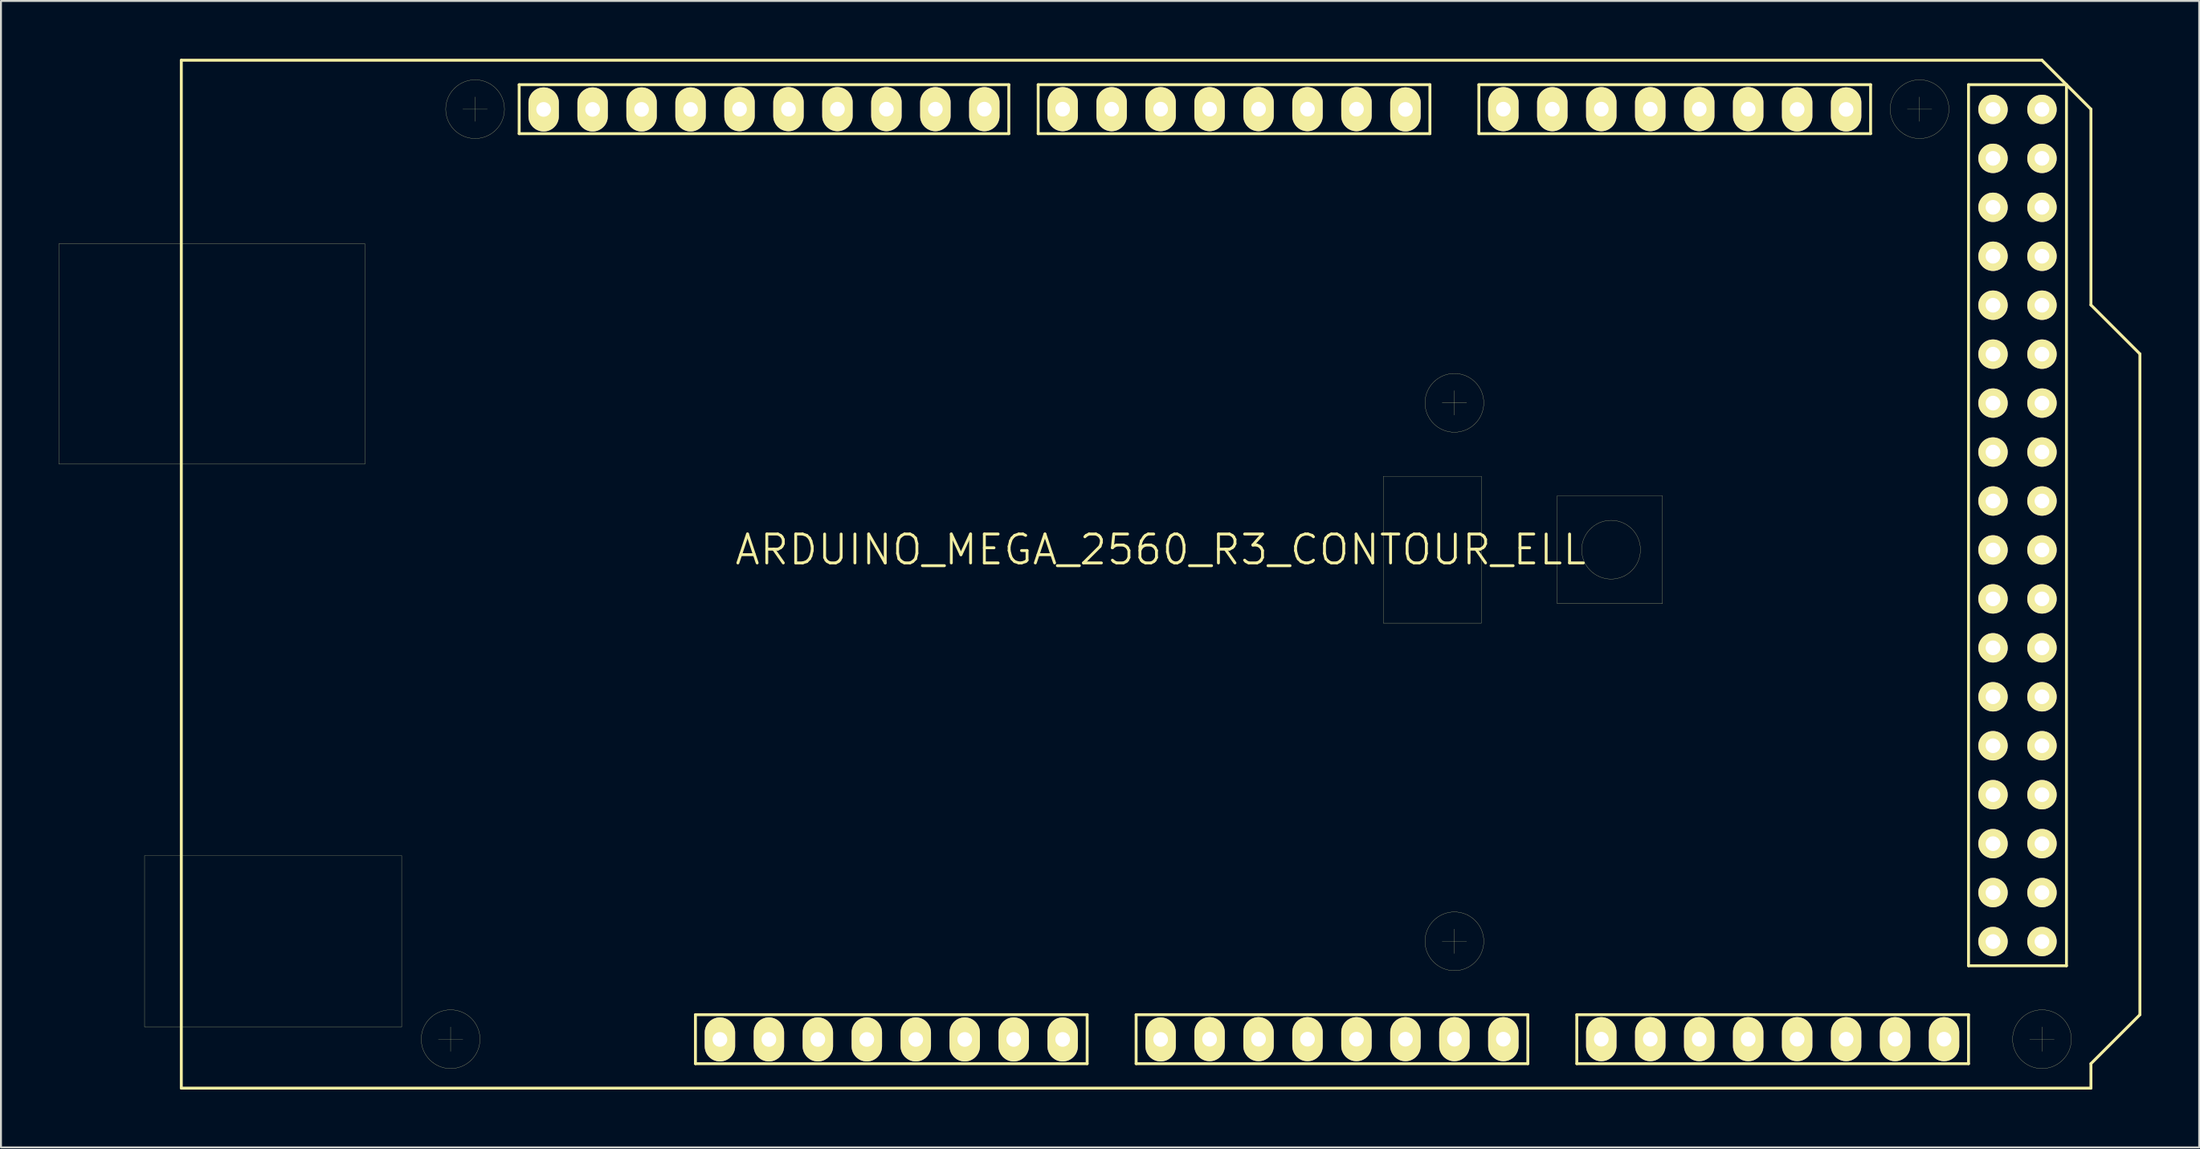
<source format=kicad_pcb>
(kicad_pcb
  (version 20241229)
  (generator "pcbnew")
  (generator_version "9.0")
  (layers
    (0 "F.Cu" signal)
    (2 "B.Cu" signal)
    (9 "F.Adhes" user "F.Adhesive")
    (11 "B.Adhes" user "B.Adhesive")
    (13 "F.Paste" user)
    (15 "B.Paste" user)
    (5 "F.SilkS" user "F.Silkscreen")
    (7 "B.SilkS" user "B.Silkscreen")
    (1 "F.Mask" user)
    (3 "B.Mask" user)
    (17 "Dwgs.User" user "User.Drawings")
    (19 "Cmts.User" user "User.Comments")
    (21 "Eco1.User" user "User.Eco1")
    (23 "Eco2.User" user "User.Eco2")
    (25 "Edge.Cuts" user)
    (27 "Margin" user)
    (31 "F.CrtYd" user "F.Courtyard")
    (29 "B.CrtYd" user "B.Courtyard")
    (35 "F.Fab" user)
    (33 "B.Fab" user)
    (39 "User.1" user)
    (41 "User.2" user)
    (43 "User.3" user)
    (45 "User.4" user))
  (footprint "ARDUINO_MEGA_2560_R3_CONTOUR_ELL"
    (layer "F.Cu")
    (at 57.155 26.745)
    (property "Reference" "ARDUINO_MEGA_2560_R3_CONTOUR_ELL" (at 0 -1.27 0) (layer "F.SilkS") (effects (font (size 1.5 1.5) (thickness 0.15))))
    (attr through_hole)
    (fp_line (start -57.15 -17.145) (end -41.275 -17.145) (stroke (width 0.01) (type solid)) (layer "F.SilkS"))
    (fp_line (start -57.15 -5.715) (end -57.15 -17.145) (stroke (width 0.01) (type solid)) (layer "F.SilkS"))
    (fp_line (start -52.705 14.605) (end -52.705 23.495) (stroke (width 0.01) (type solid)) (layer "F.SilkS"))
    (fp_line (start -52.705 23.495) (end -39.37 23.495) (stroke (width 0.01) (type solid)) (layer "F.SilkS"))
    (fp_line (start -50.8 -26.67) (end -50.8 26.67) (stroke (width 0.15) (type solid)) (layer "F.SilkS"))
    (fp_line (start -50.8 26.67) (end 48.26 26.67) (stroke (width 0.15) (type solid)) (layer "F.SilkS"))
    (fp_line (start -41.275 -17.145) (end -41.275 -5.715) (stroke (width 0.01) (type solid)) (layer "F.SilkS"))
    (fp_line (start -41.275 -5.715) (end -57.15 -5.715) (stroke (width 0.01) (type solid)) (layer "F.SilkS"))
    (fp_line (start -39.37 14.605) (end -52.705 14.605) (stroke (width 0.01) (type solid)) (layer "F.SilkS"))
    (fp_line (start -39.37 23.495) (end -39.37 14.605) (stroke (width 0.01) (type solid)) (layer "F.SilkS"))
    (fp_line (start -37.465 24.13) (end -36.195 24.13) (stroke (width 0.01) (type solid)) (layer "F.SilkS"))
    (fp_line (start -36.83 23.495) (end -36.83 24.765) (stroke (width 0.01) (type solid)) (layer "F.SilkS"))
    (fp_line (start -36.195 -24.13) (end -34.925 -24.13) (stroke (width 0.01) (type solid)) (layer "F.SilkS"))
    (fp_line (start -35.56 -24.765) (end -35.56 -23.495) (stroke (width 0.01) (type solid)) (layer "F.SilkS"))
    (fp_line (start -33.274 -25.4) (end -7.874 -25.4) (stroke (width 0.15) (type solid)) (layer "F.SilkS"))
    (fp_line (start -33.274 -22.86) (end -33.274 -25.4) (stroke (width 0.15) (type solid)) (layer "F.SilkS"))
    (fp_line (start -24.13 22.86) (end -3.81 22.86) (stroke (width 0.15) (type solid)) (layer "F.SilkS"))
    (fp_line (start -24.13 25.4) (end -24.13 22.86) (stroke (width 0.15) (type solid)) (layer "F.SilkS"))
    (fp_line (start -7.874 -25.4) (end -7.874 -22.86) (stroke (width 0.15) (type solid)) (layer "F.SilkS"))
    (fp_line (start -7.874 -22.86) (end -33.274 -22.86) (stroke (width 0.15) (type solid)) (layer "F.SilkS"))
    (fp_line (start -6.35 -25.4) (end 13.97 -25.4) (stroke (width 0.15) (type solid)) (layer "F.SilkS"))
    (fp_line (start -6.35 -22.86) (end -6.35 -25.4) (stroke (width 0.15) (type solid)) (layer "F.SilkS"))
    (fp_line (start -3.81 22.86) (end -3.81 25.4) (stroke (width 0.15) (type solid)) (layer "F.SilkS"))
    (fp_line (start -3.81 25.4) (end -24.13 25.4) (stroke (width 0.15) (type solid)) (layer "F.SilkS"))
    (fp_line (start -1.27 22.86) (end -1.27 25.4) (stroke (width 0.15) (type solid)) (layer "F.SilkS"))
    (fp_line (start -1.27 25.4) (end 19.05 25.4) (stroke (width 0.15) (type solid)) (layer "F.SilkS"))
    (fp_line (start 11.557 -5.08) (end 16.637 -5.08) (stroke (width 0.01) (type solid)) (layer "F.SilkS"))
    (fp_line (start 11.557 2.54) (end 11.557 -5.08) (stroke (width 0.01) (type solid)) (layer "F.SilkS"))
    (fp_line (start 13.97 -25.4) (end 13.97 -22.86) (stroke (width 0.15) (type solid)) (layer "F.SilkS"))
    (fp_line (start 13.97 -22.86) (end -6.35 -22.86) (stroke (width 0.15) (type solid)) (layer "F.SilkS"))
    (fp_line (start 14.605 -8.89) (end 15.875 -8.89) (stroke (width 0.01) (type solid)) (layer "F.SilkS"))
    (fp_line (start 14.605 19.05) (end 15.875 19.05) (stroke (width 0.01) (type solid)) (layer "F.SilkS"))
    (fp_line (start 15.24 -9.525) (end 15.24 -8.255) (stroke (width 0.01) (type solid)) (layer "F.SilkS"))
    (fp_line (start 15.24 18.415) (end 15.24 19.685) (stroke (width 0.01) (type solid)) (layer "F.SilkS"))
    (fp_line (start 16.51 -25.4) (end 36.83 -25.4) (stroke (width 0.15) (type solid)) (layer "F.SilkS"))
    (fp_line (start 16.51 -22.86) (end 16.51 -25.4) (stroke (width 0.15) (type solid)) (layer "F.SilkS"))
    (fp_line (start 16.637 -5.08) (end 16.637 2.54) (stroke (width 0.01) (type solid)) (layer "F.SilkS"))
    (fp_line (start 16.637 2.54) (end 11.557 2.54) (stroke (width 0.01) (type solid)) (layer "F.SilkS"))
    (fp_line (start 19.05 22.86) (end -1.27 22.86) (stroke (width 0.15) (type solid)) (layer "F.SilkS"))
    (fp_line (start 19.05 25.4) (end 19.05 22.86) (stroke (width 0.15) (type solid)) (layer "F.SilkS"))
    (fp_line (start 20.574 -4.064) (end 26.035 -4.064) (stroke (width 0.01) (type solid)) (layer "F.SilkS"))
    (fp_line (start 20.574 1.524) (end 20.574 -4.064) (stroke (width 0.01) (type solid)) (layer "F.SilkS"))
    (fp_line (start 21.59 22.86) (end 41.91 22.86) (stroke (width 0.15) (type solid)) (layer "F.SilkS"))
    (fp_line (start 21.59 25.4) (end 21.59 22.86) (stroke (width 0.15) (type solid)) (layer "F.SilkS"))
    (fp_line (start 26.035 -4.064) (end 26.035 1.524) (stroke (width 0.01) (type solid)) (layer "F.SilkS"))
    (fp_line (start 26.035 1.524) (end 20.574 1.524) (stroke (width 0.01) (type solid)) (layer "F.SilkS"))
    (fp_line (start 36.83 -25.4) (end 36.83 -22.86) (stroke (width 0.15) (type solid)) (layer "F.SilkS"))
    (fp_line (start 36.83 -22.86) (end 16.51 -22.86) (stroke (width 0.15) (type solid)) (layer "F.SilkS"))
    (fp_line (start 38.735 -24.13) (end 40.005 -24.13) (stroke (width 0.01) (type solid)) (layer "F.SilkS"))
    (fp_line (start 39.37 -24.765) (end 39.37 -23.495) (stroke (width 0.01) (type solid)) (layer "F.SilkS"))
    (fp_line (start 41.91 -25.4) (end 41.91 20.32) (stroke (width 0.15) (type solid)) (layer "F.SilkS"))
    (fp_line (start 41.91 20.32) (end 46.99 20.32) (stroke (width 0.15) (type solid)) (layer "F.SilkS"))
    (fp_line (start 41.91 22.86) (end 41.91 25.4) (stroke (width 0.15) (type solid)) (layer "F.SilkS"))
    (fp_line (start 41.91 25.4) (end 21.59 25.4) (stroke (width 0.15) (type solid)) (layer "F.SilkS"))
    (fp_line (start 45.085 24.13) (end 46.355 24.13) (stroke (width 0.01) (type solid)) (layer "F.SilkS"))
    (fp_line (start 45.72 -26.67) (end -50.8 -26.67) (stroke (width 0.15) (type solid)) (layer "F.SilkS"))
    (fp_line (start 45.72 23.495) (end 45.72 24.765) (stroke (width 0.01) (type solid)) (layer "F.SilkS"))
    (fp_line (start 46.99 -25.4) (end 41.91 -25.4) (stroke (width 0.15) (type solid)) (layer "F.SilkS"))
    (fp_line (start 46.99 20.32) (end 46.99 -25.4) (stroke (width 0.15) (type solid)) (layer "F.SilkS"))
    (fp_line (start 48.26 -24.13) (end 45.72 -26.67) (stroke (width 0.15) (type solid)) (layer "F.SilkS"))
    (fp_line (start 48.26 -13.97) (end 48.26 -24.13) (stroke (width 0.15) (type solid)) (layer "F.SilkS"))
    (fp_line (start 48.26 25.4) (end 50.8 22.86) (stroke (width 0.15) (type solid)) (layer "F.SilkS"))
    (fp_line (start 48.26 26.67) (end 48.26 25.4) (stroke (width 0.15) (type solid)) (layer "F.SilkS"))
    (fp_line (start 50.8 -11.43) (end 48.26 -13.97) (stroke (width 0.15) (type solid)) (layer "F.SilkS"))
    (fp_line (start 50.8 22.86) (end 50.8 -11.43) (stroke (width 0.15) (type solid)) (layer "F.SilkS"))
    (fp_circle (center -36.83 24.13) (end -35.306 24.13) (stroke (width 0.01) (type solid)) (fill no) (layer "F.SilkS"))
    (fp_circle (center -35.56 -24.13) (end -37.084 -24.13) (stroke (width 0.01) (type solid)) (fill no) (layer "F.SilkS"))
    (fp_circle (center 15.24 -8.89) (end 13.716 -8.89) (stroke (width 0.01) (type solid)) (fill no) (layer "F.SilkS"))
    (fp_circle (center 15.24 19.05) (end 16.764 19.05) (stroke (width 0.01) (type solid)) (fill no) (layer "F.SilkS"))
    (fp_circle (center 23.368 -1.27) (end 21.844 -1.27) (stroke (width 0.01) (type solid)) (fill no) (layer "F.SilkS"))
    (fp_circle (center 39.37 -24.13) (end 37.846 -24.13) (stroke (width 0.01) (type solid)) (fill no) (layer "F.SilkS"))
    (fp_circle (center 45.72 24.13) (end 47.244 24.13) (stroke (width 0.01) (type solid)) (fill no) (layer "F.SilkS"))
    (pad "0" thru_hole oval (at 12.7 -24.117) (size 1.575 2.286) (drill 0.762) (layers "*.Cu" "*.Mask" "F.SilkS"))
    (pad "1" thru_hole oval (at 10.16 -24.13) (size 1.575 2.286) (drill 0.762) (layers "*.Cu" "*.Mask" "F.SilkS"))
    (pad "2" thru_hole oval (at 7.62 -24.13) (size 1.575 2.286) (drill 0.762) (layers "*.Cu" "*.Mask" "F.SilkS"))
    (pad "3" thru_hole oval (at 5.08 -24.13) (size 1.575 2.286) (drill 0.762) (layers "*.Cu" "*.Mask" "F.SilkS"))
    (pad "3V3" thru_hole oval (at -15.24 24.143) (size 1.575 2.286) (drill 0.762) (layers "*.Cu" "*.Mask" "F.SilkS"))
    (pad "4" thru_hole oval (at 2.54 -24.13) (size 1.575 2.286) (drill 0.762) (layers "*.Cu" "*.Mask" "F.SilkS"))
    (pad "5" thru_hole oval (at 0 -24.13) (size 1.575 2.286) (drill 0.762) (layers "*.Cu" "*.Mask" "F.SilkS"))
    (pad "5V/1" thru_hole oval (at -12.7 24.143) (size 1.575 2.286) (drill 0.762) (layers "*.Cu" "*.Mask" "F.SilkS"))
    (pad "5V/2" thru_hole circle (at 43.18 -24.117) (size 1.524 1.524) (drill 0.762) (layers "*.Cu" "*.Mask" "F.SilkS"))
    (pad "5V/3" thru_hole circle (at 45.72 -24.117) (size 1.524 1.524) (drill 0.762) (layers "*.Cu" "*.Mask" "F.SilkS"))
    (pad "6" thru_hole oval (at -2.54 -24.13) (size 1.575 2.286) (drill 0.762) (layers "*.Cu" "*.Mask" "F.SilkS"))
    (pad "7" thru_hole oval (at -5.08 -24.13) (size 1.575 2.286) (drill 0.762) (layers "*.Cu" "*.Mask" "F.SilkS"))
    (pad "8" thru_hole oval (at -9.144 -24.13) (size 1.575 2.286) (drill 0.762) (layers "*.Cu" "*.Mask" "F.SilkS"))
    (pad "9" thru_hole oval (at -11.684 -24.13) (size 1.575 2.286) (drill 0.762) (layers "*.Cu" "*.Mask" "F.SilkS"))
    (pad "10" thru_hole oval (at -14.224 -24.13) (size 1.575 2.286) (drill 0.762) (layers "*.Cu" "*.Mask" "F.SilkS"))
    (pad "11" thru_hole oval (at -16.764 -24.13) (size 1.575 2.286) (drill 0.762) (layers "*.Cu" "*.Mask" "F.SilkS"))
    (pad "12" thru_hole oval (at -19.304 -24.13) (size 1.575 2.286) (drill 0.762) (layers "*.Cu" "*.Mask" "F.SilkS"))
    (pad "13" thru_hole oval (at -21.844 -24.13) (size 1.575 2.286) (drill 0.762) (layers "*.Cu" "*.Mask" "F.SilkS"))
    (pad "14" thru_hole oval (at 17.78 -24.13) (size 1.575 2.286) (drill 0.762) (layers "*.Cu" "*.Mask" "F.SilkS"))
    (pad "15" thru_hole oval (at 20.32 -24.13) (size 1.575 2.286) (drill 0.762) (layers "*.Cu" "*.Mask" "F.SilkS"))
    (pad "16" thru_hole oval (at 22.86 -24.13) (size 1.575 2.286) (drill 0.762) (layers "*.Cu" "*.Mask" "F.SilkS"))
    (pad "17" thru_hole oval (at 25.4 -24.13) (size 1.575 2.286) (drill 0.762) (layers "*.Cu" "*.Mask" "F.SilkS"))
    (pad "18" thru_hole oval (at 27.94 -24.13) (size 1.575 2.286) (drill 0.762) (layers "*.Cu" "*.Mask" "F.SilkS"))
    (pad "19" thru_hole oval (at 30.48 -24.13) (size 1.575 2.286) (drill 0.762) (layers "*.Cu" "*.Mask" "F.SilkS"))
    (pad "20/1" thru_hole oval (at 33.02 -24.117) (size 1.575 2.286) (drill 0.762) (layers "*.Cu" "*.Mask" "F.SilkS"))
    (pad "20/2" thru_hole oval (at -29.464 -24.117) (size 1.575 2.286) (drill 0.762) (layers "*.Cu" "*.Mask" "F.SilkS"))
    (pad "21/1" thru_hole oval (at 35.56 -24.117) (size 1.575 2.286) (drill 0.762) (layers "*.Cu" "*.Mask" "F.SilkS"))
    (pad "21/2" thru_hole oval (at -32.004 -24.117) (size 1.575 2.286) (drill 0.762) (layers "*.Cu" "*.Mask" "F.SilkS"))
    (pad "22" thru_hole circle (at 43.18 -21.577) (size 1.524 1.524) (drill 0.762) (layers "*.Cu" "*.Mask" "F.SilkS"))
    (pad "23" thru_hole circle (at 45.72 -21.577) (size 1.524 1.524) (drill 0.762) (layers "*.Cu" "*.Mask" "F.SilkS"))
    (pad "24" thru_hole circle (at 43.18 -19.037) (size 1.524 1.524) (drill 0.762) (layers "*.Cu" "*.Mask" "F.SilkS"))
    (pad "25" thru_hole circle (at 45.72 -19.037) (size 1.524 1.524) (drill 0.762) (layers "*.Cu" "*.Mask" "F.SilkS"))
    (pad "26" thru_hole circle (at 43.18 -16.497) (size 1.524 1.524) (drill 0.762) (layers "*.Cu" "*.Mask" "F.SilkS"))
    (pad "27" thru_hole circle (at 45.72 -16.497) (size 1.524 1.524) (drill 0.762) (layers "*.Cu" "*.Mask" "F.SilkS"))
    (pad "28" thru_hole circle (at 43.18 -13.957) (size 1.524 1.524) (drill 0.762) (layers "*.Cu" "*.Mask" "F.SilkS"))
    (pad "29" thru_hole circle (at 45.72 -13.957) (size 1.524 1.524) (drill 0.762) (layers "*.Cu" "*.Mask" "F.SilkS"))
    (pad "30" thru_hole circle (at 43.18 -11.417) (size 1.524 1.524) (drill 0.762) (layers "*.Cu" "*.Mask" "F.SilkS"))
    (pad "31" thru_hole circle (at 45.72 -11.417) (size 1.524 1.524) (drill 0.762) (layers "*.Cu" "*.Mask" "F.SilkS"))
    (pad "32" thru_hole circle (at 43.18 -8.877) (size 1.524 1.524) (drill 0.762) (layers "*.Cu" "*.Mask" "F.SilkS"))
    (pad "33" thru_hole circle (at 45.72 -8.877) (size 1.524 1.524) (drill 0.762) (layers "*.Cu" "*.Mask" "F.SilkS"))
    (pad "34" thru_hole circle (at 43.18 -6.337) (size 1.524 1.524) (drill 0.762) (layers "*.Cu" "*.Mask" "F.SilkS"))
    (pad "35" thru_hole circle (at 45.72 -6.337) (size 1.524 1.524) (drill 0.762) (layers "*.Cu" "*.Mask" "F.SilkS"))
    (pad "36" thru_hole circle (at 43.18 -3.797) (size 1.524 1.524) (drill 0.762) (layers "*.Cu" "*.Mask" "F.SilkS"))
    (pad "37" thru_hole circle (at 45.72 -3.797) (size 1.524 1.524) (drill 0.762) (layers "*.Cu" "*.Mask" "F.SilkS"))
    (pad "38" thru_hole circle (at 43.18 -1.257) (size 1.524 1.524) (drill 0.762) (layers "*.Cu" "*.Mask" "F.SilkS"))
    (pad "39" thru_hole circle (at 45.72 -1.257) (size 1.524 1.524) (drill 0.762) (layers "*.Cu" "*.Mask" "F.SilkS"))
    (pad "40" thru_hole circle (at 43.18 1.283) (size 1.524 1.524) (drill 0.762) (layers "*.Cu" "*.Mask" "F.SilkS"))
    (pad "41" thru_hole circle (at 45.72 1.283) (size 1.524 1.524) (drill 0.762) (layers "*.Cu" "*.Mask" "F.SilkS"))
    (pad "42" thru_hole circle (at 43.18 3.823) (size 1.524 1.524) (drill 0.762) (layers "*.Cu" "*.Mask" "F.SilkS"))
    (pad "43" thru_hole circle (at 45.72 3.823) (size 1.524 1.524) (drill 0.762) (layers "*.Cu" "*.Mask" "F.SilkS"))
    (pad "44" thru_hole circle (at 43.18 6.363) (size 1.524 1.524) (drill 0.762) (layers "*.Cu" "*.Mask" "F.SilkS"))
    (pad "45" thru_hole circle (at 45.72 6.363) (size 1.524 1.524) (drill 0.762) (layers "*.Cu" "*.Mask" "F.SilkS"))
    (pad "46" thru_hole circle (at 43.18 8.903) (size 1.524 1.524) (drill 0.762) (layers "*.Cu" "*.Mask" "F.SilkS"))
    (pad "47" thru_hole circle (at 45.72 8.903) (size 1.524 1.524) (drill 0.762) (layers "*.Cu" "*.Mask" "F.SilkS"))
    (pad "48" thru_hole circle (at 43.18 11.443) (size 1.524 1.524) (drill 0.762) (layers "*.Cu" "*.Mask" "F.SilkS"))
    (pad "49" thru_hole circle (at 45.72 11.443) (size 1.524 1.524) (drill 0.762) (layers "*.Cu" "*.Mask" "F.SilkS"))
    (pad "50" thru_hole circle (at 43.18 13.983) (size 1.524 1.524) (drill 0.762) (layers "*.Cu" "*.Mask" "F.SilkS"))
    (pad "51" thru_hole circle (at 45.72 13.983) (size 1.524 1.524) (drill 0.762) (layers "*.Cu" "*.Mask" "F.SilkS"))
    (pad "52" thru_hole circle (at 43.18 16.523) (size 1.524 1.524) (drill 0.762) (layers "*.Cu" "*.Mask" "F.SilkS"))
    (pad "53" thru_hole circle (at 45.72 16.523) (size 1.524 1.524) (drill 0.762) (layers "*.Cu" "*.Mask" "F.SilkS"))
    (pad "A0" thru_hole oval (at 0 24.143) (size 1.575 2.286) (drill 0.762) (layers "*.Cu" "*.Mask" "F.SilkS"))
    (pad "A1" thru_hole oval (at 2.54 24.13) (size 1.575 2.286) (drill 0.762) (layers "*.Cu" "*.Mask" "F.SilkS"))
    (pad "A2" thru_hole oval (at 5.08 24.13) (size 1.575 2.286) (drill 0.762) (layers "*.Cu" "*.Mask" "F.SilkS"))
    (pad "A3" thru_hole oval (at 7.62 24.13) (size 1.575 2.286) (drill 0.762) (layers "*.Cu" "*.Mask" "F.SilkS"))
    (pad "A4" thru_hole oval (at 10.16 24.13) (size 1.575 2.286) (drill 0.762) (layers "*.Cu" "*.Mask" "F.SilkS"))
    (pad "A5" thru_hole oval (at 12.7 24.13) (size 1.575 2.286) (drill 0.762) (layers "*.Cu" "*.Mask" "F.SilkS"))
    (pad "A6" thru_hole oval (at 15.24 24.13) (size 1.575 2.286) (drill 0.762) (layers "*.Cu" "*.Mask" "F.SilkS"))
    (pad "A7" thru_hole oval (at 17.78 24.13) (size 1.575 2.286) (drill 0.762) (layers "*.Cu" "*.Mask" "F.SilkS"))
    (pad "A8" thru_hole oval (at 22.86 24.13) (size 1.575 2.286) (drill 0.762) (layers "*.Cu" "*.Mask" "F.SilkS"))
    (pad "A9" thru_hole oval (at 25.4 24.13) (size 1.575 2.286) (drill 0.762) (layers "*.Cu" "*.Mask" "F.SilkS"))
    (pad "A10" thru_hole oval (at 27.94 24.13) (size 1.575 2.286) (drill 0.762) (layers "*.Cu" "*.Mask" "F.SilkS"))
    (pad "A11" thru_hole oval (at 30.48 24.13) (size 1.575 2.286) (drill 0.762) (layers "*.Cu" "*.Mask" "F.SilkS"))
    (pad "A12" thru_hole oval (at 33.02 24.13) (size 1.575 2.286) (drill 0.762) (layers "*.Cu" "*.Mask" "F.SilkS"))
    (pad "A13" thru_hole oval (at 35.56 24.13) (size 1.575 2.286) (drill 0.762) (layers "*.Cu" "*.Mask" "F.SilkS"))
    (pad "A14" thru_hole oval (at 38.1 24.13) (size 1.575 2.286) (drill 0.762) (layers "*.Cu" "*.Mask" "F.SilkS"))
    (pad "A15" thru_hole oval (at 40.64 24.13) (size 1.575 2.286) (drill 0.762) (layers "*.Cu" "*.Mask" "F.SilkS"))
    (pad "AREF" thru_hole oval (at -26.924 -24.117) (size 1.575 2.286) (drill 0.762) (layers "*.Cu" "*.Mask" "F.SilkS"))
    (pad "GND1" thru_hole oval (at -10.16 24.143) (size 1.575 2.286) (drill 0.762) (layers "*.Cu" "*.Mask" "F.SilkS"))
    (pad "GND2" thru_hole oval (at -7.62 24.143) (size 1.575 2.286) (drill 0.762) (layers "*.Cu" "*.Mask" "F.SilkS"))
    (pad "GND3" thru_hole oval (at -24.384 -24.117) (size 1.575 2.286) (drill 0.762) (layers "*.Cu" "*.Mask" "F.SilkS"))
    (pad "GND4" thru_hole circle (at 43.18 19.063) (size 1.524 1.524) (drill 0.762) (layers "*.Cu" "*.Mask" "F.SilkS"))
    (pad "GND5" thru_hole circle (at 45.72 19.063) (size 1.524 1.524) (drill 0.762) (layers "*.Cu" "*.Mask" "F.SilkS"))
    (pad "IREF" thru_hole oval (at -20.32 24.143) (size 1.575 2.286) (drill 0.762) (layers "*.Cu" "*.Mask" "F.SilkS"))
    (pad "NC" thru_hole oval (at -22.86 24.143) (size 1.575 2.286) (drill 0.762) (layers "*.Cu" "*.Mask" "F.SilkS"))
    (pad "RST" thru_hole oval (at -17.78 24.143) (size 1.575 2.286) (drill 0.762) (layers "*.Cu" "*.Mask" "F.SilkS"))
    (pad "VIN" thru_hole oval (at -5.08 24.143) (size 1.575 2.286) (drill 0.762) (layers "*.Cu" "*.Mask" "F.SilkS")))
  (gr_rect
    (start -3 -3)
    (end 111.03 56.49)
    (stroke (width 0.1) (type default))
    (fill no)
    (layer "Edge.Cuts")))
</source>
